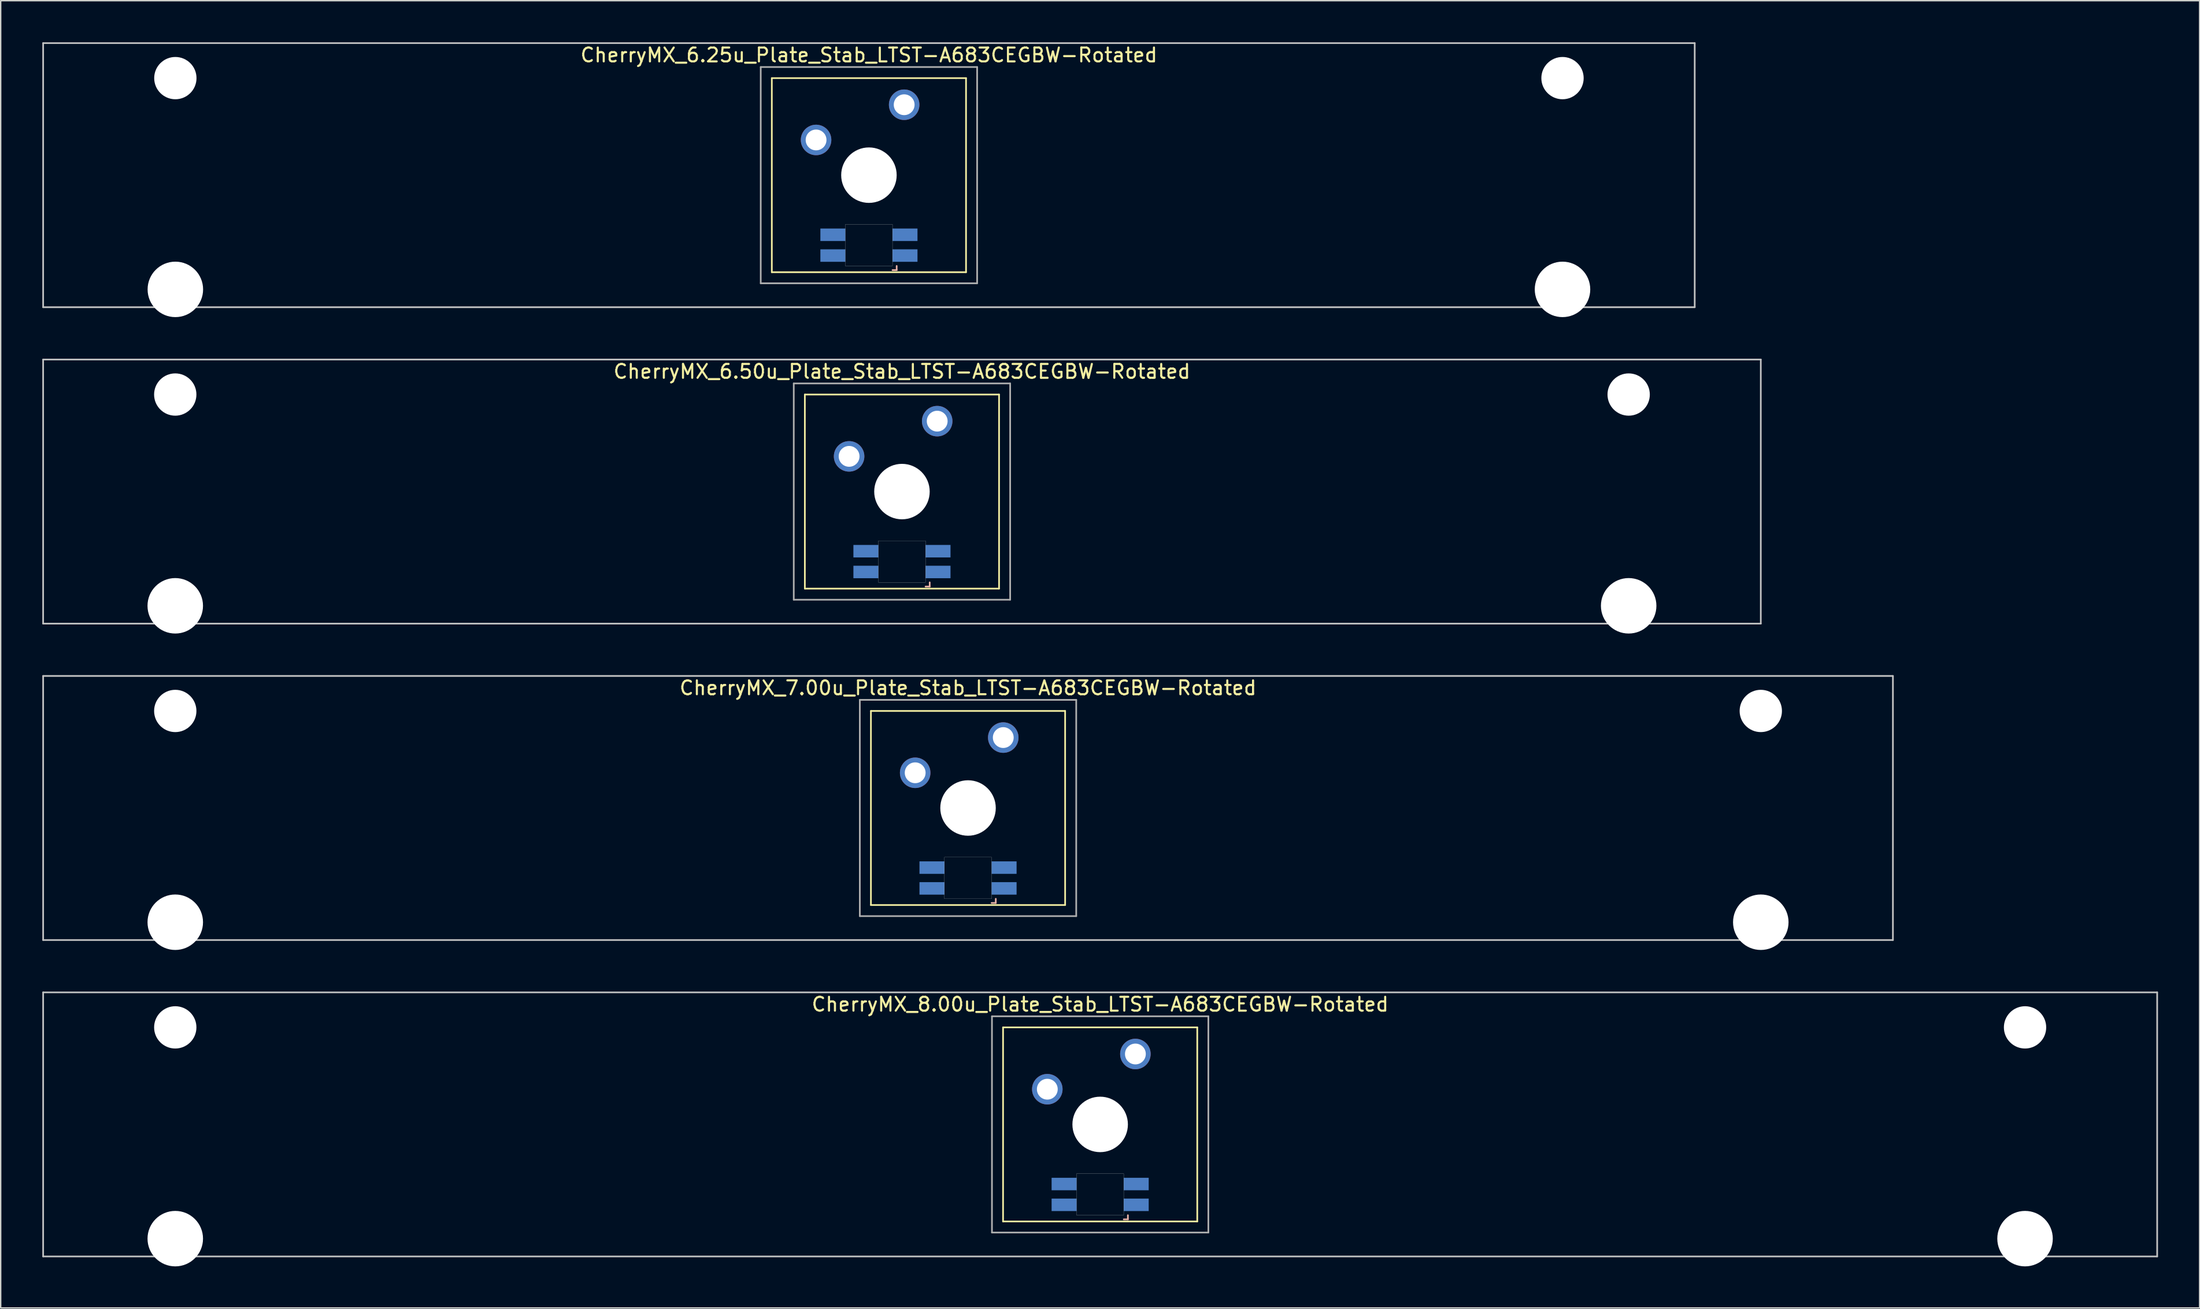
<source format=kicad_pcb>
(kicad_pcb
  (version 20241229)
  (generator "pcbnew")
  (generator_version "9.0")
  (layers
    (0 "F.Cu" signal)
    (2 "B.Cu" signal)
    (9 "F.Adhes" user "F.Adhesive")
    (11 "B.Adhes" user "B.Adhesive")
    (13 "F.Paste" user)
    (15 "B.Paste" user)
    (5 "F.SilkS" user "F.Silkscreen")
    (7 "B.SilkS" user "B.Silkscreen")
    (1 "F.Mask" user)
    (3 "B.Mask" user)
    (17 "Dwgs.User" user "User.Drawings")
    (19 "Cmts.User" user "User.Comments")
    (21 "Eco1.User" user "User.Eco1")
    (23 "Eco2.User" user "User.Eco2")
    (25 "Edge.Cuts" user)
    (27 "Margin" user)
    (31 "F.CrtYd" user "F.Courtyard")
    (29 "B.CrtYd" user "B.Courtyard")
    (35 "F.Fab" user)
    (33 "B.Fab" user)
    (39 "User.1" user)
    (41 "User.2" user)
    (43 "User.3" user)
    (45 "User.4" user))
  (footprint "CherryMX_6.50u_Plate_Stab_LTST-A683CEGBW-Rotated"
    (layer "F.Cu")
    (at 61.972 32.41)
    (property "Reference" "CherryMX_6.50u_Plate_Stab_LTST-A683CEGBW-Rotated" (at 0 -8.662 0) (layer "F.SilkS") (effects (font (size 1 1) (thickness 0.15))))
    (attr through_hole)
    (fp_line (start -7 -7) (end -7 7) (stroke (width 0.12) (type solid)) (layer "F.SilkS"))
    (fp_line (start -7 -7) (end 7 -7) (stroke (width 0.12) (type solid)) (layer "F.SilkS"))
    (fp_line (start 7 -7) (end 7 7) (stroke (width 0.12) (type solid)) (layer "F.SilkS"))
    (fp_line (start 7 7) (end -7 7) (stroke (width 0.12) (type solid)) (layer "F.SilkS"))
    (fp_line (start 1.7 6.85) (end 2 6.85) (stroke (width 0.12) (type solid)) (layer "B.SilkS"))
    (fp_line (start 2 6.85) (end 2 6.55) (stroke (width 0.12) (type solid)) (layer "B.SilkS"))
    (fp_line (start -61.913 -9.525) (end 61.913 -9.525) (stroke (width 0.12) (type solid)) (layer "Dwgs.User"))
    (fp_line (start -61.913 9.525) (end -61.913 -9.525) (stroke (width 0.12) (type solid)) (layer "Dwgs.User"))
    (fp_line (start 61.913 -9.525) (end 61.913 9.525) (stroke (width 0.12) (type solid)) (layer "Dwgs.User"))
    (fp_line (start 61.913 9.525) (end -61.913 9.525) (stroke (width 0.12) (type solid)) (layer "Dwgs.User"))
    (fp_poly (pts (xy -1.7 3.55) (xy 1.7 3.55) (xy 1.7 6.55) (xy -1.7 6.55)) (stroke (width 0.01) (type solid)) (fill no) (layer "Edge.Cuts"))
    (fp_line (start -7.8 -7.8) (end -7.8 7.8) (stroke (width 0.12) (type solid)) (layer "F.Fab"))
    (fp_line (start -7.8 -7.8) (end 7.8 -7.8) (stroke (width 0.12) (type solid)) (layer "F.Fab"))
    (fp_line (start -7.8 7.8) (end 7.8 7.8) (stroke (width 0.12) (type solid)) (layer "F.Fab"))
    (fp_line (start 7.8 -7.8) (end 7.8 7.8) (stroke (width 0.12) (type solid)) (layer "F.Fab"))
    (pad "" np_thru_hole circle (at -52.388 -7) (size 3.05 3.05) (drill 3.05) (layers "*.Cu" "*.Mask"))
    (pad "" np_thru_hole circle (at -52.388 8.24) (size 4 4) (drill 4) (layers "*.Cu" "*.Mask"))
    (pad "" np_thru_hole circle (at 0 0) (size 4 4) (drill 4) (layers "*.Cu" "*.Mask"))
    (pad "" np_thru_hole circle (at 52.388 -7) (size 3.05 3.05) (drill 3.05) (layers "*.Cu" "*.Mask"))
    (pad "" np_thru_hole circle (at 52.388 8.24) (size 4 4) (drill 4) (layers "*.Cu" "*.Mask"))
    (pad "1" thru_hole circle (at -3.81 -2.54) (size 2.2 2.2) (drill 1.5) (layers "*.Cu" "*.Mask"))
    (pad "2" thru_hole circle (at 2.54 -5.08) (size 2.2 2.2) (drill 1.5) (layers "*.Cu" "*.Mask"))
    (pad "3" smd rect (at 2.6 5.8 180) (size 1.8 0.9) (layers "B.Cu" "B.Mask" "B.Paste"))
    (pad "4" smd rect (at 2.6 4.3 180) (size 1.8 0.9) (layers "B.Cu" "B.Mask" "B.Paste"))
    (pad "5" smd rect (at -2.6 5.8 180) (size 1.8 0.9) (layers "B.Cu" "B.Mask" "B.Paste"))
    (pad "6" smd rect (at -2.6 4.3 180) (size 1.8 0.9) (layers "B.Cu" "B.Mask" "B.Paste")))
  (footprint "CherryMX_6.25u_Plate_Stab_LTST-A683CEGBW-Rotated"
    (layer "F.Cu")
    (at 59.591 9.585)
    (property "Reference" "CherryMX_6.25u_Plate_Stab_LTST-A683CEGBW-Rotated" (at 0 -8.662 0) (layer "F.SilkS") (effects (font (size 1 1) (thickness 0.15))))
    (attr through_hole)
    (fp_line (start -7 -7) (end -7 7) (stroke (width 0.12) (type solid)) (layer "F.SilkS"))
    (fp_line (start -7 -7) (end 7 -7) (stroke (width 0.12) (type solid)) (layer "F.SilkS"))
    (fp_line (start 7 -7) (end 7 7) (stroke (width 0.12) (type solid)) (layer "F.SilkS"))
    (fp_line (start 7 7) (end -7 7) (stroke (width 0.12) (type solid)) (layer "F.SilkS"))
    (fp_line (start 1.7 6.85) (end 2 6.85) (stroke (width 0.12) (type solid)) (layer "B.SilkS"))
    (fp_line (start 2 6.85) (end 2 6.55) (stroke (width 0.12) (type solid)) (layer "B.SilkS"))
    (fp_line (start -59.531 -9.525) (end 59.531 -9.525) (stroke (width 0.12) (type solid)) (layer "Dwgs.User"))
    (fp_line (start -59.531 9.525) (end -59.531 -9.525) (stroke (width 0.12) (type solid)) (layer "Dwgs.User"))
    (fp_line (start 59.531 -9.525) (end 59.531 9.525) (stroke (width 0.12) (type solid)) (layer "Dwgs.User"))
    (fp_line (start 59.531 9.525) (end -59.531 9.525) (stroke (width 0.12) (type solid)) (layer "Dwgs.User"))
    (fp_poly (pts (xy -1.7 3.55) (xy 1.7 3.55) (xy 1.7 6.55) (xy -1.7 6.55)) (stroke (width 0.01) (type solid)) (fill no) (layer "Edge.Cuts"))
    (fp_line (start -7.8 -7.8) (end -7.8 7.8) (stroke (width 0.12) (type solid)) (layer "F.Fab"))
    (fp_line (start -7.8 -7.8) (end 7.8 -7.8) (stroke (width 0.12) (type solid)) (layer "F.Fab"))
    (fp_line (start -7.8 7.8) (end 7.8 7.8) (stroke (width 0.12) (type solid)) (layer "F.Fab"))
    (fp_line (start 7.8 -7.8) (end 7.8 7.8) (stroke (width 0.12) (type solid)) (layer "F.Fab"))
    (pad "" np_thru_hole circle (at -50 -7) (size 3.05 3.05) (drill 3.05) (layers "*.Cu" "*.Mask"))
    (pad "" np_thru_hole circle (at -50 8.24) (size 4 4) (drill 4) (layers "*.Cu" "*.Mask"))
    (pad "" np_thru_hole circle (at 0 0) (size 4 4) (drill 4) (layers "*.Cu" "*.Mask"))
    (pad "" np_thru_hole circle (at 50 -7) (size 3.05 3.05) (drill 3.05) (layers "*.Cu" "*.Mask"))
    (pad "" np_thru_hole circle (at 50 8.24) (size 4 4) (drill 4) (layers "*.Cu" "*.Mask"))
    (pad "1" thru_hole circle (at -3.81 -2.54) (size 2.2 2.2) (drill 1.5) (layers "*.Cu" "*.Mask"))
    (pad "2" thru_hole circle (at 2.54 -5.08) (size 2.2 2.2) (drill 1.5) (layers "*.Cu" "*.Mask"))
    (pad "3" smd rect (at 2.6 5.8 180) (size 1.8 0.9) (layers "B.Cu" "B.Mask" "B.Paste"))
    (pad "4" smd rect (at 2.6 4.3 180) (size 1.8 0.9) (layers "B.Cu" "B.Mask" "B.Paste"))
    (pad "5" smd rect (at -2.6 5.8 180) (size 1.8 0.9) (layers "B.Cu" "B.Mask" "B.Paste"))
    (pad "6" smd rect (at -2.6 4.3 180) (size 1.8 0.9) (layers "B.Cu" "B.Mask" "B.Paste")))
  (footprint "CherryMX_8.00u_Plate_Stab_LTST-A683CEGBW-Rotated"
    (layer "F.Cu")
    (at 76.26 78.06)
    (property "Reference" "CherryMX_8.00u_Plate_Stab_LTST-A683CEGBW-Rotated" (at 0 -8.662 0) (layer "F.SilkS") (effects (font (size 1 1) (thickness 0.15))))
    (attr through_hole)
    (fp_line (start -7 -7) (end -7 7) (stroke (width 0.12) (type solid)) (layer "F.SilkS"))
    (fp_line (start -7 -7) (end 7 -7) (stroke (width 0.12) (type solid)) (layer "F.SilkS"))
    (fp_line (start 7 -7) (end 7 7) (stroke (width 0.12) (type solid)) (layer "F.SilkS"))
    (fp_line (start 7 7) (end -7 7) (stroke (width 0.12) (type solid)) (layer "F.SilkS"))
    (fp_line (start 1.7 6.85) (end 2 6.85) (stroke (width 0.12) (type solid)) (layer "B.SilkS"))
    (fp_line (start 2 6.85) (end 2 6.55) (stroke (width 0.12) (type solid)) (layer "B.SilkS"))
    (fp_line (start -76.2 -9.525) (end 76.2 -9.525) (stroke (width 0.12) (type solid)) (layer "Dwgs.User"))
    (fp_line (start -76.2 9.525) (end -76.2 -9.525) (stroke (width 0.12) (type solid)) (layer "Dwgs.User"))
    (fp_line (start 76.2 -9.525) (end 76.2 9.525) (stroke (width 0.12) (type solid)) (layer "Dwgs.User"))
    (fp_line (start 76.2 9.525) (end -76.2 9.525) (stroke (width 0.12) (type solid)) (layer "Dwgs.User"))
    (fp_poly (pts (xy -1.7 3.55) (xy 1.7 3.55) (xy 1.7 6.55) (xy -1.7 6.55)) (stroke (width 0.01) (type solid)) (fill no) (layer "Edge.Cuts"))
    (fp_line (start -7.8 -7.8) (end -7.8 7.8) (stroke (width 0.12) (type solid)) (layer "F.Fab"))
    (fp_line (start -7.8 -7.8) (end 7.8 -7.8) (stroke (width 0.12) (type solid)) (layer "F.Fab"))
    (fp_line (start -7.8 7.8) (end 7.8 7.8) (stroke (width 0.12) (type solid)) (layer "F.Fab"))
    (fp_line (start 7.8 -7.8) (end 7.8 7.8) (stroke (width 0.12) (type solid)) (layer "F.Fab"))
    (pad "" np_thru_hole circle (at -66.675 -7) (size 3.05 3.05) (drill 3.05) (layers "*.Cu" "*.Mask"))
    (pad "" np_thru_hole circle (at -66.675 8.24) (size 4 4) (drill 4) (layers "*.Cu" "*.Mask"))
    (pad "" np_thru_hole circle (at 0 0) (size 4 4) (drill 4) (layers "*.Cu" "*.Mask"))
    (pad "" np_thru_hole circle (at 66.675 -7) (size 3.05 3.05) (drill 3.05) (layers "*.Cu" "*.Mask"))
    (pad "" np_thru_hole circle (at 66.675 8.24) (size 4 4) (drill 4) (layers "*.Cu" "*.Mask"))
    (pad "1" thru_hole circle (at -3.81 -2.54) (size 2.2 2.2) (drill 1.5) (layers "*.Cu" "*.Mask"))
    (pad "2" thru_hole circle (at 2.54 -5.08) (size 2.2 2.2) (drill 1.5) (layers "*.Cu" "*.Mask"))
    (pad "3" smd rect (at 2.6 5.8 180) (size 1.8 0.9) (layers "B.Cu" "B.Mask" "B.Paste"))
    (pad "4" smd rect (at 2.6 4.3 180) (size 1.8 0.9) (layers "B.Cu" "B.Mask" "B.Paste"))
    (pad "5" smd rect (at -2.6 5.8 180) (size 1.8 0.9) (layers "B.Cu" "B.Mask" "B.Paste"))
    (pad "6" smd rect (at -2.6 4.3 180) (size 1.8 0.9) (layers "B.Cu" "B.Mask" "B.Paste")))
  (footprint "CherryMX_7.00u_Plate_Stab_LTST-A683CEGBW-Rotated"
    (layer "F.Cu")
    (at 66.735 55.235)
    (property "Reference" "CherryMX_7.00u_Plate_Stab_LTST-A683CEGBW-Rotated" (at 0 -8.662 0) (layer "F.SilkS") (effects (font (size 1 1) (thickness 0.15))))
    (attr through_hole)
    (fp_line (start -7 -7) (end -7 7) (stroke (width 0.12) (type solid)) (layer "F.SilkS"))
    (fp_line (start -7 -7) (end 7 -7) (stroke (width 0.12) (type solid)) (layer "F.SilkS"))
    (fp_line (start 7 -7) (end 7 7) (stroke (width 0.12) (type solid)) (layer "F.SilkS"))
    (fp_line (start 7 7) (end -7 7) (stroke (width 0.12) (type solid)) (layer "F.SilkS"))
    (fp_line (start 1.7 6.85) (end 2 6.85) (stroke (width 0.12) (type solid)) (layer "B.SilkS"))
    (fp_line (start 2 6.85) (end 2 6.55) (stroke (width 0.12) (type solid)) (layer "B.SilkS"))
    (fp_line (start -66.675 -9.525) (end 66.675 -9.525) (stroke (width 0.12) (type solid)) (layer "Dwgs.User"))
    (fp_line (start -66.675 9.525) (end -66.675 -9.525) (stroke (width 0.12) (type solid)) (layer "Dwgs.User"))
    (fp_line (start 66.675 -9.525) (end 66.675 9.525) (stroke (width 0.12) (type solid)) (layer "Dwgs.User"))
    (fp_line (start 66.675 9.525) (end -66.675 9.525) (stroke (width 0.12) (type solid)) (layer "Dwgs.User"))
    (fp_poly (pts (xy -1.7 3.55) (xy 1.7 3.55) (xy 1.7 6.55) (xy -1.7 6.55)) (stroke (width 0.01) (type solid)) (fill no) (layer "Edge.Cuts"))
    (fp_line (start -7.8 -7.8) (end -7.8 7.8) (stroke (width 0.12) (type solid)) (layer "F.Fab"))
    (fp_line (start -7.8 -7.8) (end 7.8 -7.8) (stroke (width 0.12) (type solid)) (layer "F.Fab"))
    (fp_line (start -7.8 7.8) (end 7.8 7.8) (stroke (width 0.12) (type solid)) (layer "F.Fab"))
    (fp_line (start 7.8 -7.8) (end 7.8 7.8) (stroke (width 0.12) (type solid)) (layer "F.Fab"))
    (pad "" np_thru_hole circle (at -57.15 -7) (size 3.05 3.05) (drill 3.05) (layers "*.Cu" "*.Mask"))
    (pad "" np_thru_hole circle (at -57.15 8.24) (size 4 4) (drill 4) (layers "*.Cu" "*.Mask"))
    (pad "" np_thru_hole circle (at 0 0) (size 4 4) (drill 4) (layers "*.Cu" "*.Mask"))
    (pad "" np_thru_hole circle (at 57.15 -7) (size 3.05 3.05) (drill 3.05) (layers "*.Cu" "*.Mask"))
    (pad "" np_thru_hole circle (at 57.15 8.24) (size 4 4) (drill 4) (layers "*.Cu" "*.Mask"))
    (pad "1" thru_hole circle (at -3.81 -2.54) (size 2.2 2.2) (drill 1.5) (layers "*.Cu" "*.Mask"))
    (pad "2" thru_hole circle (at 2.54 -5.08) (size 2.2 2.2) (drill 1.5) (layers "*.Cu" "*.Mask"))
    (pad "3" smd rect (at 2.6 5.8 180) (size 1.8 0.9) (layers "B.Cu" "B.Mask" "B.Paste"))
    (pad "4" smd rect (at 2.6 4.3 180) (size 1.8 0.9) (layers "B.Cu" "B.Mask" "B.Paste"))
    (pad "5" smd rect (at -2.6 5.8 180) (size 1.8 0.9) (layers "B.Cu" "B.Mask" "B.Paste"))
    (pad "6" smd rect (at -2.6 4.3 180) (size 1.8 0.9) (layers "B.Cu" "B.Mask" "B.Paste")))
  (gr_rect
    (start -3 -3)
    (end 155.52 91.3)
    (stroke (width 0.1) (type default))
    (fill no)
    (layer "Edge.Cuts")))
</source>
